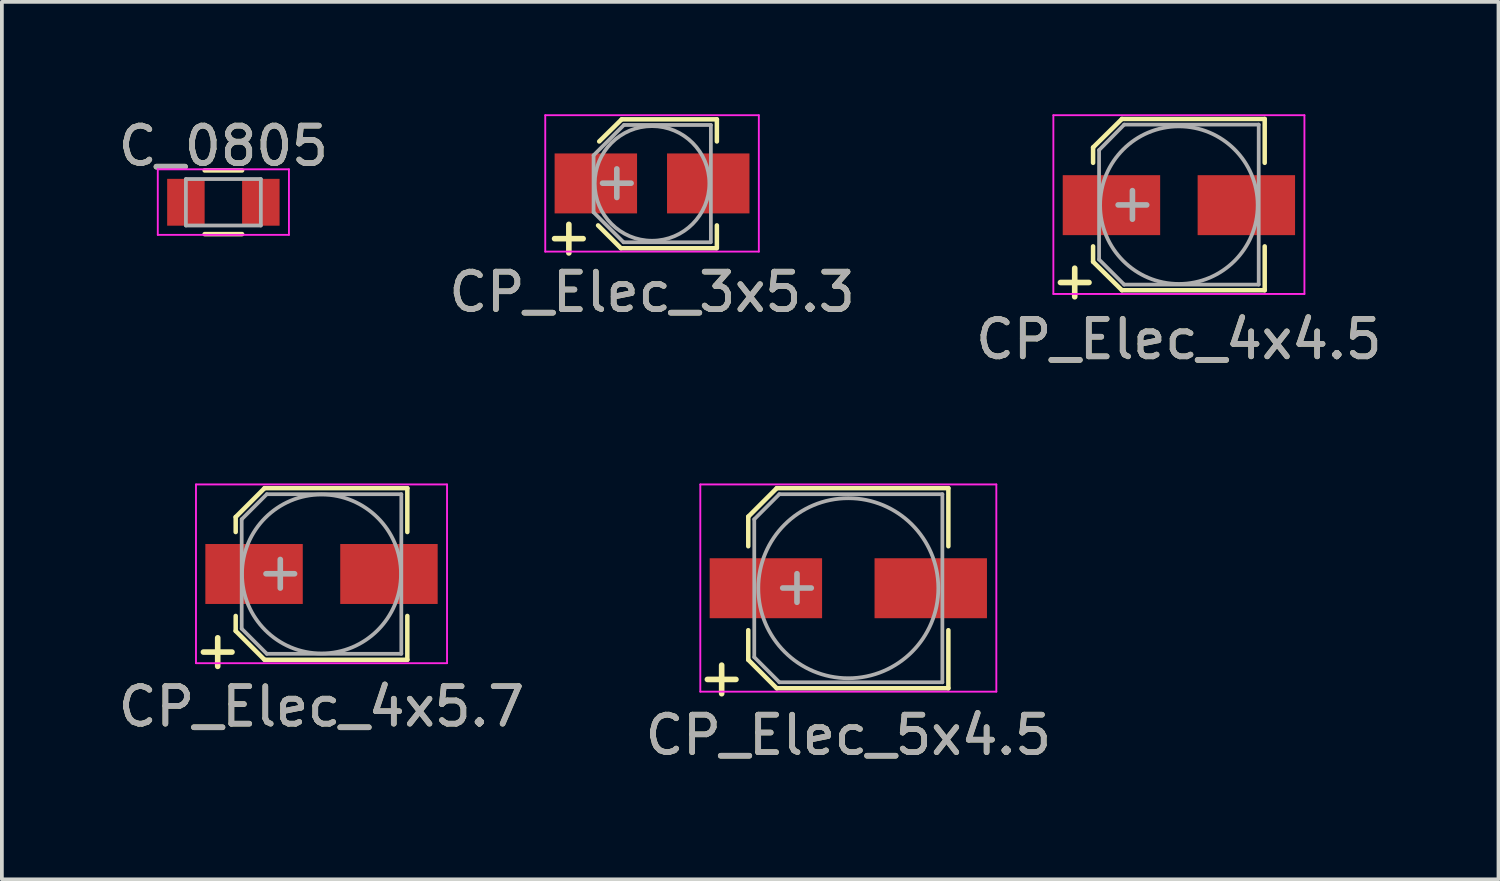
<source format=kicad_pcb>
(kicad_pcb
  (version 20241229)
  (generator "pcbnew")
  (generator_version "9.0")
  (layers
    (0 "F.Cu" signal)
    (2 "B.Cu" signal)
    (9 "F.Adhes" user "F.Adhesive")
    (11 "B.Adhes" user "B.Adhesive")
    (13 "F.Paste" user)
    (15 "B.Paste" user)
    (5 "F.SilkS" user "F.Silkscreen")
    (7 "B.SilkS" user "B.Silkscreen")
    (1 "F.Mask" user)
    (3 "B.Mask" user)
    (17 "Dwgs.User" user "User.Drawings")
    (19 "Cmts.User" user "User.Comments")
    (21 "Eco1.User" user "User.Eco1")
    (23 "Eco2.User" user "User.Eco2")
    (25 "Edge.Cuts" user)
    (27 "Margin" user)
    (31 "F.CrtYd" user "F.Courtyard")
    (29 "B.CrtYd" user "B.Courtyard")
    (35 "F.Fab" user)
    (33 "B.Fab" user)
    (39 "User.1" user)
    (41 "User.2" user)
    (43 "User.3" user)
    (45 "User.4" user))
  (footprint "CP_Elec_4x5.7"
    (layer "F.Cu")
    (at 5.53 12.268)
    (property "Reference" "CP_Elec_4x5.7" (at 0 3.54 0) (layer "F.SilkS") (effects (font (size 1 1) (thickness 0.15))))
    (attr smd)
    (fp_line (start -2.29 -1.52) (end -2.29 -1.12) (stroke (width 0.12) (type solid)) (layer "F.SilkS"))
    (fp_line (start -2.29 1.52) (end -2.29 1.12) (stroke (width 0.12) (type solid)) (layer "F.SilkS"))
    (fp_line (start -1.52 -2.29) (end -2.29 -1.52) (stroke (width 0.12) (type solid)) (layer "F.SilkS"))
    (fp_line (start -1.52 -2.29) (end 2.29 -2.29) (stroke (width 0.12) (type solid)) (layer "F.SilkS"))
    (fp_line (start -1.52 2.29) (end -2.29 1.52) (stroke (width 0.12) (type solid)) (layer "F.SilkS"))
    (fp_line (start -1.52 2.29) (end 2.29 2.29) (stroke (width 0.12) (type solid)) (layer "F.SilkS"))
    (fp_line (start 2.29 -2.29) (end 2.29 -1.12) (stroke (width 0.12) (type solid)) (layer "F.SilkS"))
    (fp_line (start 2.29 2.29) (end 2.29 1.12) (stroke (width 0.12) (type solid)) (layer "F.SilkS"))
    (fp_line (start -3.35 -2.39) (end -3.35 2.38) (stroke (width 0.05) (type solid)) (layer "F.CrtYd"))
    (fp_line (start -3.35 -2.39) (end 3.35 -2.39) (stroke (width 0.05) (type solid)) (layer "F.CrtYd"))
    (fp_line (start 3.35 2.38) (end -3.35 2.38) (stroke (width 0.05) (type solid)) (layer "F.CrtYd"))
    (fp_line (start 3.35 2.38) (end 3.35 -2.39) (stroke (width 0.05) (type solid)) (layer "F.CrtYd"))
    (fp_line (start -2.13 -1.46) (end -2.13 1.46) (stroke (width 0.1) (type solid)) (layer "F.Fab"))
    (fp_line (start -2.13 1.46) (end -1.46 2.13) (stroke (width 0.1) (type solid)) (layer "F.Fab"))
    (fp_line (start -1.46 -2.13) (end -2.13 -1.46) (stroke (width 0.1) (type solid)) (layer "F.Fab"))
    (fp_line (start -1.46 2.13) (end 2.13 2.13) (stroke (width 0.1) (type solid)) (layer "F.Fab"))
    (fp_line (start 2.13 -2.13) (end -1.46 -2.13) (stroke (width 0.1) (type solid)) (layer "F.Fab"))
    (fp_line (start 2.13 2.13) (end 2.13 -2.13) (stroke (width 0.1) (type solid)) (layer "F.Fab"))
    (fp_circle (center 0 0) (end 0.3 2.1) (stroke (width 0.1) (type solid)) (fill no) (layer "F.Fab"))
    (fp_text user "+" (at -2.77 2.01 0) (layer "F.SilkS") (effects (font (size 1 1) (thickness 0.15))))
    (fp_text user "+" (at -1.1 -0.08 0) (layer "F.Fab") (effects (font (size 1 1) (thickness 0.15))))
    (fp_text user "${REFERENCE}" (at 0 3.54 0) (layer "F.Fab") (effects (font (size 1 1) (thickness 0.15))))
    (pad "1" smd rect (at -1.8 0 180) (size 2.6 1.6) (layers "F.Cu" "F.Mask" "F.Paste"))
    (pad "2" smd rect (at 1.8 0 180) (size 2.6 1.6) (layers "F.Cu" "F.Mask" "F.Paste")))
  (footprint "C_0805"
    (layer "F.Cu")
    (at 2.911 2.348)
    (property "Reference" "C_0805" (at 0 -1.5 0) (layer "F.SilkS") (effects (font (size 1 1) (thickness 0.15))))
    (attr smd)
    (fp_line (start -0.5 0.85) (end 0.5 0.85) (stroke (width 0.12) (type solid)) (layer "F.SilkS"))
    (fp_line (start 0.5 -0.85) (end -0.5 -0.85) (stroke (width 0.12) (type solid)) (layer "F.SilkS"))
    (fp_line (start -1.75 -0.88) (end -1.75 0.87) (stroke (width 0.05) (type solid)) (layer "F.CrtYd"))
    (fp_line (start -1.75 -0.88) (end 1.75 -0.88) (stroke (width 0.05) (type solid)) (layer "F.CrtYd"))
    (fp_line (start 1.75 0.87) (end -1.75 0.87) (stroke (width 0.05) (type solid)) (layer "F.CrtYd"))
    (fp_line (start 1.75 0.87) (end 1.75 -0.88) (stroke (width 0.05) (type solid)) (layer "F.CrtYd"))
    (fp_line (start -1 -0.62) (end 1 -0.62) (stroke (width 0.1) (type solid)) (layer "F.Fab"))
    (fp_line (start -1 0.62) (end -1 -0.62) (stroke (width 0.1) (type solid)) (layer "F.Fab"))
    (fp_line (start 1 -0.62) (end 1 0.62) (stroke (width 0.1) (type solid)) (layer "F.Fab"))
    (fp_line (start 1 0.62) (end -1 0.62) (stroke (width 0.1) (type solid)) (layer "F.Fab"))
    (fp_text user "${REFERENCE}" (at 0 -1.5 0) (layer "F.Fab") (effects (font (size 1 1) (thickness 0.15))))
    (pad "1" smd rect (at -1 0) (size 1 1.25) (layers "F.Cu" "F.Mask" "F.Paste"))
    (pad "2" smd rect (at 1 0) (size 1 1.25) (layers "F.Cu" "F.Mask" "F.Paste")))
  (footprint "CP_Elec_3x5.3"
    (layer "F.Cu")
    (at 14.351 1.845)
    (property "Reference" "CP_Elec_3x5.3" (at 0 2.9 0) (layer "F.SilkS") (effects (font (size 1 1) (thickness 0.15))))
    (attr smd)
    (fp_line (start -0.83 1.73) (end -1.44 1.12) (stroke (width 0.12) (type solid)) (layer "F.SilkS"))
    (fp_line (start -0.83 1.73) (end 1.71 1.73) (stroke (width 0.12) (type solid)) (layer "F.SilkS"))
    (fp_line (start -0.81 -1.71) (end -1.41 -1.12) (stroke (width 0.12) (type solid)) (layer "F.SilkS"))
    (fp_line (start 1.73 -1.71) (end -0.81 -1.71) (stroke (width 0.12) (type solid)) (layer "F.SilkS"))
    (fp_line (start 1.73 -1.71) (end 1.73 -1.12) (stroke (width 0.12) (type solid)) (layer "F.SilkS"))
    (fp_line (start 1.73 1.73) (end 1.73 1.12) (stroke (width 0.12) (type solid)) (layer "F.SilkS"))
    (fp_line (start -2.85 -1.82) (end -2.85 1.82) (stroke (width 0.05) (type solid)) (layer "F.CrtYd"))
    (fp_line (start -2.85 -1.82) (end 2.85 -1.82) (stroke (width 0.05) (type solid)) (layer "F.CrtYd"))
    (fp_line (start 2.85 1.82) (end -2.85 1.82) (stroke (width 0.05) (type solid)) (layer "F.CrtYd"))
    (fp_line (start 2.85 1.82) (end 2.85 -1.82) (stroke (width 0.05) (type solid)) (layer "F.CrtYd"))
    (fp_line (start -1.56 -0.75) (end -1.56 0.77) (stroke (width 0.1) (type solid)) (layer "F.Fab"))
    (fp_line (start -0.76 1.57) (end -1.56 0.77) (stroke (width 0.1) (type solid)) (layer "F.Fab"))
    (fp_line (start -0.75 -1.56) (end -1.56 -0.75) (stroke (width 0.1) (type solid)) (layer "F.Fab"))
    (fp_line (start 1.56 1.57) (end -0.76 1.57) (stroke (width 0.1) (type solid)) (layer "F.Fab"))
    (fp_line (start 1.57 -1.56) (end -0.75 -1.56) (stroke (width 0.1) (type solid)) (layer "F.Fab"))
    (fp_line (start 1.57 1.57) (end 1.57 -1.56) (stroke (width 0.1) (type solid)) (layer "F.Fab"))
    (fp_circle (center 0 0) (end 0.3 1.5) (stroke (width 0.1) (type solid)) (fill no) (layer "F.Fab"))
    (fp_text user "+" (at -2.22 1.4 0) (layer "F.SilkS") (effects (font (size 1 1) (thickness 0.15))))
    (fp_text user "${REFERENCE}" (at 0 2.9 0) (layer "F.Fab") (effects (font (size 1 1) (thickness 0.15))))
    (fp_text user "+" (at -0.94 -0.08 0) (layer "F.Fab") (effects (font (size 1 1) (thickness 0.15))))
    (pad "1" smd rect (at -1.5 0) (size 2.2 1.6) (layers "F.Cu" "F.Mask" "F.Paste"))
    (pad "2" smd rect (at 1.5 0) (size 2.2 1.6) (layers "F.Cu" "F.Mask" "F.Paste")))
  (footprint "CP_Elec_4x4.5"
    (layer "F.Cu")
    (at 28.411 2.425)
    (property "Reference" "CP_Elec_4x4.5" (at 0 3.58 180) (layer "F.SilkS") (effects (font (size 1 1) (thickness 0.15))))
    (attr smd)
    (fp_line (start -2.29 -1.54) (end -2.29 -1.13) (stroke (width 0.12) (type solid)) (layer "F.SilkS"))
    (fp_line (start -2.29 1.51) (end -2.29 1.1) (stroke (width 0.12) (type solid)) (layer "F.SilkS"))
    (fp_line (start -1.52 -2.3) (end -2.29 -1.54) (stroke (width 0.12) (type solid)) (layer "F.SilkS"))
    (fp_line (start -1.52 -2.3) (end 2.29 -2.3) (stroke (width 0.12) (type solid)) (layer "F.SilkS"))
    (fp_line (start -1.52 2.27) (end -2.29 1.51) (stroke (width 0.12) (type solid)) (layer "F.SilkS"))
    (fp_line (start -1.52 2.27) (end 2.29 2.27) (stroke (width 0.12) (type solid)) (layer "F.SilkS"))
    (fp_line (start 2.29 -2.3) (end 2.29 -1.13) (stroke (width 0.12) (type solid)) (layer "F.SilkS"))
    (fp_line (start 2.29 2.27) (end 2.29 1.1) (stroke (width 0.12) (type solid)) (layer "F.SilkS"))
    (fp_line (start -3.35 -2.4) (end -3.35 2.37) (stroke (width 0.05) (type solid)) (layer "F.CrtYd"))
    (fp_line (start -3.35 -2.4) (end 3.35 -2.4) (stroke (width 0.05) (type solid)) (layer "F.CrtYd"))
    (fp_line (start 3.35 2.37) (end -3.35 2.37) (stroke (width 0.05) (type solid)) (layer "F.CrtYd"))
    (fp_line (start 3.35 2.37) (end 3.35 -2.4) (stroke (width 0.05) (type solid)) (layer "F.CrtYd"))
    (fp_line (start -2.13 -1.47) (end -2.13 1.45) (stroke (width 0.1) (type solid)) (layer "F.Fab"))
    (fp_line (start -2.13 1.45) (end -1.46 2.12) (stroke (width 0.1) (type solid)) (layer "F.Fab"))
    (fp_line (start -1.46 -2.15) (end -2.13 -1.47) (stroke (width 0.1) (type solid)) (layer "F.Fab"))
    (fp_line (start -1.46 2.12) (end 2.13 2.12) (stroke (width 0.1) (type solid)) (layer "F.Fab"))
    (fp_line (start 2.13 -2.15) (end -1.46 -2.15) (stroke (width 0.1) (type solid)) (layer "F.Fab"))
    (fp_line (start 2.13 2.12) (end 2.13 -2.15) (stroke (width 0.1) (type solid)) (layer "F.Fab"))
    (fp_circle (center 0 0) (end 0.1 2.1) (stroke (width 0.1) (type solid)) (fill no) (layer "F.Fab"))
    (fp_text user "+" (at -2.78 1.99 180) (layer "F.SilkS") (effects (font (size 1 1) (thickness 0.15))))
    (fp_text user "+" (at -1.24 -0.08 0) (layer "F.Fab") (effects (font (size 1 1) (thickness 0.15))))
    (fp_text user "${REFERENCE}" (at 0 3.58 180) (layer "F.Fab") (effects (font (size 1 1) (thickness 0.15))))
    (pad "1" smd rect (at -1.8 0 180) (size 2.6 1.6) (layers "F.Cu" "F.Mask" "F.Paste"))
    (pad "2" smd rect (at 1.8 0 180) (size 2.6 1.6) (layers "F.Cu" "F.Mask" "F.Paste")))
  (footprint "CP_Elec_5x4.5"
    (layer "F.Cu")
    (at 19.589 12.648)
    (property "Reference" "CP_Elec_5x4.5" (at 0 3.92 0) (layer "F.SilkS") (effects (font (size 1 1) (thickness 0.15))))
    (attr smd)
    (fp_line (start -2.67 -1.91) (end -2.67 -1.12) (stroke (width 0.12) (type solid)) (layer "F.SilkS"))
    (fp_line (start -2.67 1.91) (end -2.67 1.12) (stroke (width 0.12) (type solid)) (layer "F.SilkS"))
    (fp_line (start -2.67 1.91) (end -1.91 2.67) (stroke (width 0.12) (type solid)) (layer "F.SilkS"))
    (fp_line (start -1.91 -2.67) (end -2.67 -1.91) (stroke (width 0.12) (type solid)) (layer "F.SilkS"))
    (fp_line (start -1.91 2.67) (end 2.67 2.67) (stroke (width 0.12) (type solid)) (layer "F.SilkS"))
    (fp_line (start 2.67 -2.67) (end -1.91 -2.67) (stroke (width 0.12) (type solid)) (layer "F.SilkS"))
    (fp_line (start 2.67 -2.67) (end 2.67 -1.12) (stroke (width 0.12) (type solid)) (layer "F.SilkS"))
    (fp_line (start 2.67 2.67) (end 2.67 1.12) (stroke (width 0.12) (type solid)) (layer "F.SilkS"))
    (fp_line (start -3.95 -2.77) (end -3.95 2.76) (stroke (width 0.05) (type solid)) (layer "F.CrtYd"))
    (fp_line (start -3.95 -2.77) (end 3.95 -2.77) (stroke (width 0.05) (type solid)) (layer "F.CrtYd"))
    (fp_line (start 3.95 2.76) (end -3.95 2.76) (stroke (width 0.05) (type solid)) (layer "F.CrtYd"))
    (fp_line (start 3.95 2.76) (end 3.95 -2.77) (stroke (width 0.05) (type solid)) (layer "F.CrtYd"))
    (fp_line (start -2.51 -1.84) (end -2.51 1.84) (stroke (width 0.1) (type solid)) (layer "F.Fab"))
    (fp_line (start -2.51 1.84) (end -1.84 2.51) (stroke (width 0.1) (type solid)) (layer "F.Fab"))
    (fp_line (start -1.84 -2.51) (end -2.51 -1.84) (stroke (width 0.1) (type solid)) (layer "F.Fab"))
    (fp_line (start -1.84 2.51) (end 2.51 2.51) (stroke (width 0.1) (type solid)) (layer "F.Fab"))
    (fp_line (start 2.51 -2.51) (end -1.84 -2.51) (stroke (width 0.1) (type solid)) (layer "F.Fab"))
    (fp_line (start 2.51 2.51) (end 2.51 -2.51) (stroke (width 0.1) (type solid)) (layer "F.Fab"))
    (fp_circle (center 0 0) (end 0.1 2.4) (stroke (width 0.1) (type solid)) (fill no) (layer "F.Fab"))
    (fp_text user "+" (at -3.38 2.36 0) (layer "F.SilkS") (effects (font (size 1 1) (thickness 0.15))))
    (fp_text user "+" (at -1.37 -0.08 0) (layer "F.Fab") (effects (font (size 1 1) (thickness 0.15))))
    (fp_text user "${REFERENCE}" (at 0 3.92 0) (layer "F.Fab") (effects (font (size 1 1) (thickness 0.15))))
    (pad "1" smd rect (at -2.2 0 180) (size 3 1.6) (layers "F.Cu" "F.Mask" "F.Paste"))
    (pad "2" smd rect (at 2.2 0 180) (size 3 1.6) (layers "F.Cu" "F.Mask" "F.Paste")))
  (gr_rect
    (start -3 -3)
    (end 36.94 20.416)
    (stroke (width 0.1) (type default))
    (fill no)
    (layer "Edge.Cuts")))
</source>
